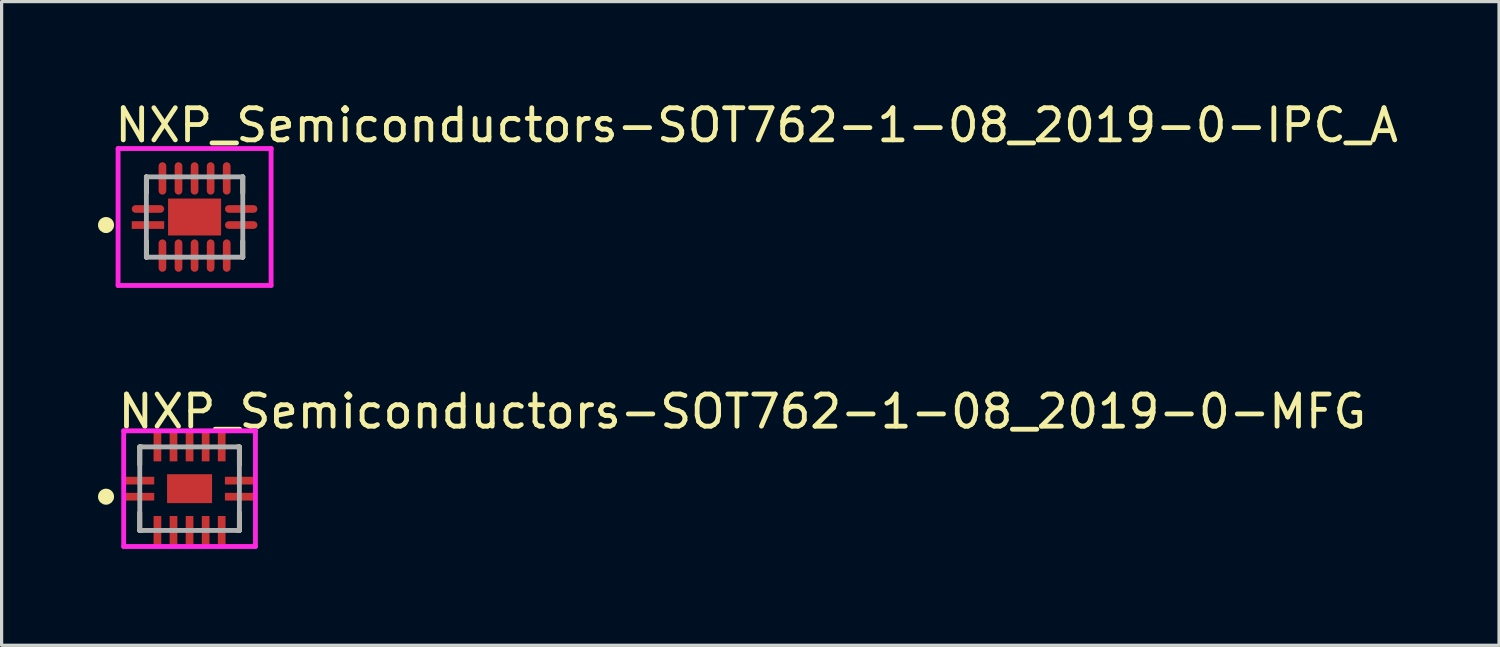
<source format=kicad_pcb>
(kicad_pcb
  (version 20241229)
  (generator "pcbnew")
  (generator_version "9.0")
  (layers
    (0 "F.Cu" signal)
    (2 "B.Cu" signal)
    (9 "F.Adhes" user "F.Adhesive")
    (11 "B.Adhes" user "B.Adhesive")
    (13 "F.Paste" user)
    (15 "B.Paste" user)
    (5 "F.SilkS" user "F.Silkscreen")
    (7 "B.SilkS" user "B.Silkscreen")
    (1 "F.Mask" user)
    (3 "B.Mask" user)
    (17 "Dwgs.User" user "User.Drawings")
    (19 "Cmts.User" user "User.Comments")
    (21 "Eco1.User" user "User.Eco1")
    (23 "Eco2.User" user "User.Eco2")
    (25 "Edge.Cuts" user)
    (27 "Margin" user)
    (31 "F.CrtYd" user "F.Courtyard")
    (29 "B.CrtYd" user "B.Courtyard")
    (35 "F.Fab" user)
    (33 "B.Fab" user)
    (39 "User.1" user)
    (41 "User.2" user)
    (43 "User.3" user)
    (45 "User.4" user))
  (footprint "NXP_Semiconductors-SOT762-1-08_2019-0-IPC_A"
    (layer "F.Cu")
    (at 3.006 3.704)
    (property "Reference" "NXP_Semiconductors-SOT762-1-08_2019-0-IPC_A" (at -2.556 -2.856 0) (layer "F.SilkS") (effects (font (size 1 1) (thickness 0.15)) (justify left)))
    (attr through_hole)
    (fp_line (start -1.5 -1.25) (end -1.5 -1.25) (stroke (width 0.15) (type solid)) (layer "F.SilkS"))
    (fp_line (start -1.5 -1.25) (end -1.5 -0.75) (stroke (width 0.15) (type solid)) (layer "F.SilkS"))
    (fp_line (start -1.5 1.25) (end -1.5 0.75) (stroke (width 0.15) (type solid)) (layer "F.SilkS"))
    (fp_line (start -1.5 1.25) (end -1.5 1.25) (stroke (width 0.15) (type solid)) (layer "F.SilkS"))
    (fp_line (start 1.5 -1.25) (end 1.5 -1.25) (stroke (width 0.15) (type solid)) (layer "F.SilkS"))
    (fp_line (start 1.5 -1.25) (end 1.5 -0.75) (stroke (width 0.15) (type solid)) (layer "F.SilkS"))
    (fp_line (start 1.5 1.25) (end 1.5 0.75) (stroke (width 0.15) (type solid)) (layer "F.SilkS"))
    (fp_line (start 1.5 1.25) (end 1.5 1.25) (stroke (width 0.15) (type solid)) (layer "F.SilkS"))
    (fp_circle (center -2.756 0.25) (end -2.631 0.25) (stroke (width 0.25) (type solid)) (fill no) (layer "F.SilkS"))
    (fp_poly (pts (xy -0.578 -0.328) (xy 0.578 -0.328) (xy 0.578 0.328) (xy -0.578 0.328)) (stroke (width 0) (type solid)) (fill yes) (layer "F.Paste"))
    (fp_line (start -2.381 -2.131) (end -2.381 2.131) (stroke (width 0.15) (type solid)) (layer "F.CrtYd"))
    (fp_line (start -2.381 2.131) (end 2.381 2.131) (stroke (width 0.15) (type solid)) (layer "F.CrtYd"))
    (fp_line (start 2.381 -2.131) (end -2.381 -2.131) (stroke (width 0.15) (type solid)) (layer "F.CrtYd"))
    (fp_line (start 2.381 -2.131) (end 2.381 -2.131) (stroke (width 0.15) (type solid)) (layer "F.CrtYd"))
    (fp_line (start 2.381 2.131) (end 2.381 -2.131) (stroke (width 0.15) (type solid)) (layer "F.CrtYd"))
    (fp_line (start -1.5 -1.25) (end 1.5 -1.25) (stroke (width 0.15) (type solid)) (layer "F.Fab"))
    (fp_line (start -1.5 1.25) (end -1.5 -1.25) (stroke (width 0.15) (type solid)) (layer "F.Fab"))
    (fp_line (start 1.5 -1.25) (end 1.5 1.25) (stroke (width 0.15) (type solid)) (layer "F.Fab"))
    (fp_line (start 1.5 1.25) (end -1.5 1.25) (stroke (width 0.15) (type solid)) (layer "F.Fab"))
    (pad "1" smd rect (at -1.451 0.25) (size 1.01 0.239) (layers "F.Cu" "F.Mask" "F.Paste"))
    (pad "2" smd roundrect (at -1 1.201) (size 0.239 1.01) (layers "F.Cu" "F.Mask" "F.Paste") (roundrect_rratio 0.5))
    (pad "3" smd roundrect (at -0.5 1.201) (size 0.239 1.01) (layers "F.Cu" "F.Mask" "F.Paste") (roundrect_rratio 0.5))
    (pad "4" smd roundrect (at 0.000001 1.201) (size 0.239 1.01) (layers "F.Cu" "F.Mask" "F.Paste") (roundrect_rratio 0.5))
    (pad "5" smd roundrect (at 0.5 1.201) (size 0.239 1.01) (layers "F.Cu" "F.Mask" "F.Paste") (roundrect_rratio 0.5))
    (pad "6" smd roundrect (at 1 1.201) (size 0.239 1.01) (layers "F.Cu" "F.Mask" "F.Paste") (roundrect_rratio 0.5))
    (pad "7" smd roundrect (at 1.451 0.25) (size 1.01 0.239) (layers "F.Cu" "F.Mask" "F.Paste") (roundrect_rratio 0.5))
    (pad "8" smd roundrect (at 1.451 -0.25) (size 1.01 0.239) (layers "F.Cu" "F.Mask" "F.Paste") (roundrect_rratio 0.5))
    (pad "9" smd roundrect (at 1 -1.201) (size 0.239 1.01) (layers "F.Cu" "F.Mask" "F.Paste") (roundrect_rratio 0.5))
    (pad "10" smd roundrect (at 0.5 -1.201) (size 0.239 1.01) (layers "F.Cu" "F.Mask" "F.Paste") (roundrect_rratio 0.5))
    (pad "11" smd roundrect (at 0.000001 -1.201) (size 0.239 1.01) (layers "F.Cu" "F.Mask" "F.Paste") (roundrect_rratio 0.5))
    (pad "12" smd roundrect (at -0.5 -1.201) (size 0.239 1.01) (layers "F.Cu" "F.Mask" "F.Paste") (roundrect_rratio 0.5))
    (pad "13" smd roundrect (at -1 -1.201) (size 0.239 1.01) (layers "F.Cu" "F.Mask" "F.Paste") (roundrect_rratio 0.5))
    (pad "14" smd roundrect (at -1.451 -0.25) (size 1.01 0.239) (layers "F.Cu" "F.Mask" "F.Paste") (roundrect_rratio 0.5))
    (pad "15" smd rect (at 0 0) (size 1.65 1.15) (layers "F.Cu" "F.Mask")))
  (footprint "NXP_Semiconductors-SOT762-1-08_2019-0-MFG"
    (layer "F.Cu")
    (at 2.85 12.159)
    (property "Reference" "NXP_Semiconductors-SOT762-1-08_2019-0-MFG" (at -2.3 -2.4 0) (layer "F.SilkS") (effects (font (size 1 1) (thickness 0.15)) (justify left)))
    (attr smd)
    (fp_line (start -1.55 -1.3) (end -1.495 -1.3) (stroke (width 0.15) (type solid)) (layer "F.SilkS"))
    (fp_line (start -1.55 -0.745) (end -1.55 -1.3) (stroke (width 0.15) (type solid)) (layer "F.SilkS"))
    (fp_line (start -1.55 1.3) (end -1.55 0.745) (stroke (width 0.15) (type solid)) (layer "F.SilkS"))
    (fp_line (start -1.55 1.3) (end -1.495 1.3) (stroke (width 0.15) (type solid)) (layer "F.SilkS"))
    (fp_line (start 1.495 -1.3) (end 1.55 -1.3) (stroke (width 0.15) (type solid)) (layer "F.SilkS"))
    (fp_line (start 1.495 1.3) (end 1.55 1.3) (stroke (width 0.15) (type solid)) (layer "F.SilkS"))
    (fp_line (start 1.55 -0.745) (end 1.55 -1.3) (stroke (width 0.15) (type solid)) (layer "F.SilkS"))
    (fp_line (start 1.55 1.3) (end 1.55 0.745) (stroke (width 0.15) (type solid)) (layer "F.SilkS"))
    (fp_circle (center -2.6 0.25) (end -2.475 0.25) (stroke (width 0.25) (type solid)) (fill no) (layer "F.SilkS"))
    (fp_poly (pts (xy -0.3 -0.2) (xy 0.3 -0.2) (xy 0.3 0.2) (xy -0.3 0.2)) (stroke (width 0) (type solid)) (fill yes) (layer "F.Paste"))
    (fp_line (start -2.05 -1.8) (end -2.05 1.8) (stroke (width 0.15) (type solid)) (layer "F.CrtYd"))
    (fp_line (start -2.05 1.8) (end 2.05 1.8) (stroke (width 0.15) (type solid)) (layer "F.CrtYd"))
    (fp_line (start 2.05 -1.8) (end -2.05 -1.8) (stroke (width 0.15) (type solid)) (layer "F.CrtYd"))
    (fp_line (start 2.05 -1.8) (end 2.05 -1.8) (stroke (width 0.15) (type solid)) (layer "F.CrtYd"))
    (fp_line (start 2.05 1.8) (end 2.05 -1.8) (stroke (width 0.15) (type solid)) (layer "F.CrtYd"))
    (fp_line (start -1.55 -1.3) (end 1.55 -1.3) (stroke (width 0.15) (type solid)) (layer "F.Fab"))
    (fp_line (start -1.55 1.3) (end -1.55 -1.3) (stroke (width 0.15) (type solid)) (layer "F.Fab"))
    (fp_line (start 1.55 -1.3) (end 1.55 1.3) (stroke (width 0.15) (type solid)) (layer "F.Fab"))
    (fp_line (start 1.55 1.3) (end -1.55 1.3) (stroke (width 0.15) (type solid)) (layer "F.Fab"))
    (pad "" smd rect (at -1.55 -0.25) (size 0.85 0.19) (layers "F.Paste"))
    (pad "" smd rect (at -1.55 0.25) (size 0.85 0.19) (layers "F.Paste"))
    (pad "" smd rect (at -1 -1.3) (size 0.19 0.85) (layers "F.Paste"))
    (pad "" smd rect (at -1 1.3) (size 0.19 0.85) (layers "F.Paste"))
    (pad "" smd rect (at -0.5 -1.3) (size 0.19 0.85) (layers "F.Paste"))
    (pad "" smd rect (at -0.5 1.3) (size 0.19 0.85) (layers "F.Paste"))
    (pad "" smd rect (at 0 -1.3) (size 0.19 0.85) (layers "F.Paste"))
    (pad "" smd rect (at 0 1.3) (size 0.19 0.85) (layers "F.Paste"))
    (pad "" smd rect (at 0.5 -1.3) (size 0.19 0.85) (layers "F.Paste"))
    (pad "" smd rect (at 0.5 1.3) (size 0.19 0.85) (layers "F.Paste"))
    (pad "" smd rect (at 1 -1.3) (size 0.19 0.85) (layers "F.Paste"))
    (pad "" smd rect (at 1 1.3) (size 0.19 0.85) (layers "F.Paste"))
    (pad "" smd rect (at 1.55 -0.25) (size 0.85 0.19) (layers "F.Paste"))
    (pad "" smd rect (at 1.55 0.25) (size 0.85 0.19) (layers "F.Paste"))
    (pad "1" smd rect (at -1.55 0.25) (size 0.9 0.24) (layers "F.Cu" "F.Mask"))
    (pad "2" smd rect (at -1 1.3) (size 0.24 0.9) (layers "F.Cu" "F.Mask"))
    (pad "3" smd rect (at -0.5 1.3) (size 0.24 0.9) (layers "F.Cu" "F.Mask"))
    (pad "4" smd rect (at 0.000001 1.3) (size 0.24 0.9) (layers "F.Cu" "F.Mask"))
    (pad "5" smd rect (at 0.5 1.3) (size 0.24 0.9) (layers "F.Cu" "F.Mask"))
    (pad "6" smd rect (at 1 1.3) (size 0.24 0.9) (layers "F.Cu" "F.Mask"))
    (pad "7" smd rect (at 1.55 0.25) (size 0.9 0.24) (layers "F.Cu" "F.Mask"))
    (pad "8" smd rect (at 1.55 -0.25) (size 0.9 0.24) (layers "F.Cu" "F.Mask"))
    (pad "9" smd rect (at 1 -1.3) (size 0.24 0.9) (layers "F.Cu" "F.Mask"))
    (pad "10" smd rect (at 0.5 -1.3) (size 0.24 0.9) (layers "F.Cu" "F.Mask"))
    (pad "11" smd rect (at 0.000001 -1.3) (size 0.24 0.9) (layers "F.Cu" "F.Mask"))
    (pad "12" smd rect (at -0.5 -1.3) (size 0.24 0.9) (layers "F.Cu" "F.Mask"))
    (pad "13" smd rect (at -1 -1.3) (size 0.24 0.9) (layers "F.Cu" "F.Mask"))
    (pad "14" smd rect (at -1.55 -0.25) (size 0.9 0.24) (layers "F.Cu" "F.Mask"))
    (pad "15" smd rect (at 0 0) (size 1.4 0.9) (layers "F.Cu" "F.Mask")))
  (gr_rect
    (start -3 -3)
    (end 43.605 17.034)
    (stroke (width 0.1) (type default))
    (fill no)
    (layer "Edge.Cuts")))
</source>
